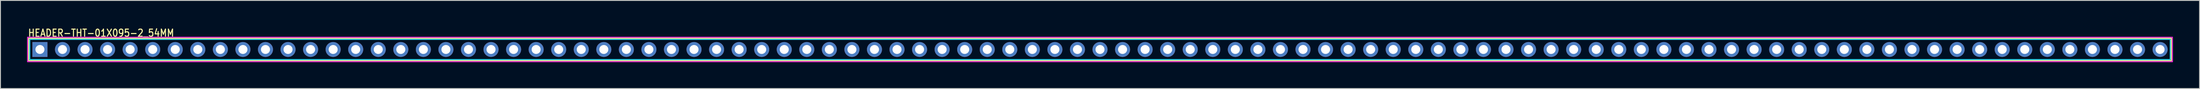
<source format=kicad_pcb>
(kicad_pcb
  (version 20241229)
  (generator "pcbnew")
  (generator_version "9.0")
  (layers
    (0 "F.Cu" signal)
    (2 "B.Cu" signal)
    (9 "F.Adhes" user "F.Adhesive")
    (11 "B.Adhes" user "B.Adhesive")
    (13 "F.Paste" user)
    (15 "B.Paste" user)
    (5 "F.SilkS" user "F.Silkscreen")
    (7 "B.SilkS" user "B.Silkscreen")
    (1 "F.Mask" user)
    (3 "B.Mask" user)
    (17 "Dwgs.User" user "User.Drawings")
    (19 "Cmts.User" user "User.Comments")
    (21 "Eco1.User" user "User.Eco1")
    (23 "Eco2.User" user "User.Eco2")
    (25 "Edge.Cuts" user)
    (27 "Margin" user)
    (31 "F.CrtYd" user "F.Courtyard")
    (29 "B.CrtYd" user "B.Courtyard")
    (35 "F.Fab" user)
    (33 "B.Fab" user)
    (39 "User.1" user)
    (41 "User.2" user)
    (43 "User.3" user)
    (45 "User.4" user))
  (footprint "HEADER-THT-01X095-2_54MM"
    (layer "F.Cu")
    (at 1.447 2.579)
    (property "Reference" "HEADER-THT-01X095-2_54MM" (at -1.4 -1.4 0) (unlocked yes) (layer "F.SilkS") (effects (font (size 0.813 0.695) (thickness 0.122)) (justify left bottom)))
    (fp_line (start -1.27 -1.27) (end -1.27 1.27) (stroke (width 0.127) (type solid)) (layer "F.SilkS"))
    (fp_line (start -1.27 1.27) (end 240.03 1.27) (stroke (width 0.127) (type solid)) (layer "F.SilkS"))
    (fp_line (start 240.03 -1.27) (end -1.27 -1.27) (stroke (width 0.127) (type solid)) (layer "F.SilkS"))
    (fp_line (start 240.03 1.27) (end 240.03 -1.27) (stroke (width 0.127) (type solid)) (layer "F.SilkS"))
    (fp_poly (pts (xy -1.143 -1.143) (xy 239.903 -1.143) (xy 239.903 1.143) (xy -1.143 1.143)) (stroke (width 0.1) (type solid)) (fill no) (layer "B.CrtYd"))
    (fp_poly (pts (xy -1.397 -1.397) (xy 240.157 -1.397) (xy 240.157 1.397) (xy -1.397 1.397)) (stroke (width 0.1) (type solid)) (fill no) (layer "F.CrtYd"))
    (pad "1" thru_hole rect (at 0 0) (size 1.693 1.693) (drill 1.016) (layers "*.Cu" "*.Mask"))
    (pad "2" thru_hole oval (at 2.54 0) (size 1.693 1.693) (drill 1.016) (layers "*.Cu" "*.Mask"))
    (pad "3" thru_hole oval (at 5.08 0) (size 1.693 1.693) (drill 1.016) (layers "*.Cu" "*.Mask"))
    (pad "4" thru_hole oval (at 7.62 0) (size 1.693 1.693) (drill 1.016) (layers "*.Cu" "*.Mask"))
    (pad "5" thru_hole oval (at 10.16 0) (size 1.693 1.693) (drill 1.016) (layers "*.Cu" "*.Mask"))
    (pad "6" thru_hole oval (at 12.7 0) (size 1.693 1.693) (drill 1.016) (layers "*.Cu" "*.Mask"))
    (pad "7" thru_hole oval (at 15.24 0) (size 1.693 1.693) (drill 1.016) (layers "*.Cu" "*.Mask"))
    (pad "8" thru_hole oval (at 17.78 0) (size 1.693 1.693) (drill 1.016) (layers "*.Cu" "*.Mask"))
    (pad "9" thru_hole oval (at 20.32 0) (size 1.693 1.693) (drill 1.016) (layers "*.Cu" "*.Mask"))
    (pad "10" thru_hole oval (at 22.86 0) (size 1.693 1.693) (drill 1.016) (layers "*.Cu" "*.Mask"))
    (pad "11" thru_hole oval (at 25.4 0) (size 1.693 1.693) (drill 1.016) (layers "*.Cu" "*.Mask"))
    (pad "12" thru_hole oval (at 27.94 0) (size 1.693 1.693) (drill 1.016) (layers "*.Cu" "*.Mask"))
    (pad "13" thru_hole oval (at 30.48 0) (size 1.693 1.693) (drill 1.016) (layers "*.Cu" "*.Mask"))
    (pad "14" thru_hole oval (at 33.02 0) (size 1.693 1.693) (drill 1.016) (layers "*.Cu" "*.Mask"))
    (pad "15" thru_hole oval (at 35.56 0) (size 1.693 1.693) (drill 1.016) (layers "*.Cu" "*.Mask"))
    (pad "16" thru_hole oval (at 38.1 0) (size 1.693 1.693) (drill 1.016) (layers "*.Cu" "*.Mask"))
    (pad "17" thru_hole oval (at 40.64 0) (size 1.693 1.693) (drill 1.016) (layers "*.Cu" "*.Mask"))
    (pad "18" thru_hole oval (at 43.18 0) (size 1.693 1.693) (drill 1.016) (layers "*.Cu" "*.Mask"))
    (pad "19" thru_hole oval (at 45.72 0) (size 1.693 1.693) (drill 1.016) (layers "*.Cu" "*.Mask"))
    (pad "20" thru_hole oval (at 48.26 0) (size 1.693 1.693) (drill 1.016) (layers "*.Cu" "*.Mask"))
    (pad "21" thru_hole oval (at 50.8 0) (size 1.693 1.693) (drill 1.016) (layers "*.Cu" "*.Mask"))
    (pad "22" thru_hole oval (at 53.34 0) (size 1.693 1.693) (drill 1.016) (layers "*.Cu" "*.Mask"))
    (pad "23" thru_hole oval (at 55.88 0) (size 1.693 1.693) (drill 1.016) (layers "*.Cu" "*.Mask"))
    (pad "24" thru_hole oval (at 58.42 0) (size 1.693 1.693) (drill 1.016) (layers "*.Cu" "*.Mask"))
    (pad "25" thru_hole oval (at 60.96 0) (size 1.693 1.693) (drill 1.016) (layers "*.Cu" "*.Mask"))
    (pad "26" thru_hole oval (at 63.5 0) (size 1.693 1.693) (drill 1.016) (layers "*.Cu" "*.Mask"))
    (pad "27" thru_hole oval (at 66.04 0) (size 1.693 1.693) (drill 1.016) (layers "*.Cu" "*.Mask"))
    (pad "28" thru_hole oval (at 68.58 0) (size 1.693 1.693) (drill 1.016) (layers "*.Cu" "*.Mask"))
    (pad "29" thru_hole oval (at 71.12 0) (size 1.693 1.693) (drill 1.016) (layers "*.Cu" "*.Mask"))
    (pad "30" thru_hole oval (at 73.66 0) (size 1.693 1.693) (drill 1.016) (layers "*.Cu" "*.Mask"))
    (pad "31" thru_hole oval (at 76.2 0) (size 1.693 1.693) (drill 1.016) (layers "*.Cu" "*.Mask"))
    (pad "32" thru_hole oval (at 78.74 0) (size 1.693 1.693) (drill 1.016) (layers "*.Cu" "*.Mask"))
    (pad "33" thru_hole oval (at 81.28 0) (size 1.693 1.693) (drill 1.016) (layers "*.Cu" "*.Mask"))
    (pad "34" thru_hole oval (at 83.82 0) (size 1.693 1.693) (drill 1.016) (layers "*.Cu" "*.Mask"))
    (pad "35" thru_hole oval (at 86.36 0) (size 1.693 1.693) (drill 1.016) (layers "*.Cu" "*.Mask"))
    (pad "36" thru_hole oval (at 88.9 0) (size 1.693 1.693) (drill 1.016) (layers "*.Cu" "*.Mask"))
    (pad "37" thru_hole oval (at 91.44 0) (size 1.693 1.693) (drill 1.016) (layers "*.Cu" "*.Mask"))
    (pad "38" thru_hole oval (at 93.98 0) (size 1.693 1.693) (drill 1.016) (layers "*.Cu" "*.Mask"))
    (pad "39" thru_hole oval (at 96.52 0) (size 1.693 1.693) (drill 1.016) (layers "*.Cu" "*.Mask"))
    (pad "40" thru_hole oval (at 99.06 0) (size 1.693 1.693) (drill 1.016) (layers "*.Cu" "*.Mask"))
    (pad "41" thru_hole oval (at 101.6 0) (size 1.693 1.693) (drill 1.016) (layers "*.Cu" "*.Mask"))
    (pad "42" thru_hole oval (at 104.14 0) (size 1.693 1.693) (drill 1.016) (layers "*.Cu" "*.Mask"))
    (pad "43" thru_hole oval (at 106.68 0) (size 1.693 1.693) (drill 1.016) (layers "*.Cu" "*.Mask"))
    (pad "44" thru_hole oval (at 109.22 0) (size 1.693 1.693) (drill 1.016) (layers "*.Cu" "*.Mask"))
    (pad "45" thru_hole oval (at 111.76 0) (size 1.693 1.693) (drill 1.016) (layers "*.Cu" "*.Mask"))
    (pad "46" thru_hole oval (at 114.3 0) (size 1.693 1.693) (drill 1.016) (layers "*.Cu" "*.Mask"))
    (pad "47" thru_hole oval (at 116.84 0) (size 1.693 1.693) (drill 1.016) (layers "*.Cu" "*.Mask"))
    (pad "48" thru_hole oval (at 119.38 0) (size 1.693 1.693) (drill 1.016) (layers "*.Cu" "*.Mask"))
    (pad "49" thru_hole oval (at 121.92 0) (size 1.693 1.693) (drill 1.016) (layers "*.Cu" "*.Mask"))
    (pad "50" thru_hole oval (at 124.46 0) (size 1.693 1.693) (drill 1.016) (layers "*.Cu" "*.Mask"))
    (pad "51" thru_hole oval (at 127 0) (size 1.693 1.693) (drill 1.016) (layers "*.Cu" "*.Mask"))
    (pad "52" thru_hole oval (at 129.54 0) (size 1.693 1.693) (drill 1.016) (layers "*.Cu" "*.Mask"))
    (pad "53" thru_hole oval (at 132.08 0) (size 1.693 1.693) (drill 1.016) (layers "*.Cu" "*.Mask"))
    (pad "54" thru_hole oval (at 134.62 0) (size 1.693 1.693) (drill 1.016) (layers "*.Cu" "*.Mask"))
    (pad "55" thru_hole oval (at 137.16 0) (size 1.693 1.693) (drill 1.016) (layers "*.Cu" "*.Mask"))
    (pad "56" thru_hole oval (at 139.7 0) (size 1.693 1.693) (drill 1.016) (layers "*.Cu" "*.Mask"))
    (pad "57" thru_hole oval (at 142.24 0) (size 1.693 1.693) (drill 1.016) (layers "*.Cu" "*.Mask"))
    (pad "58" thru_hole oval (at 144.78 0) (size 1.693 1.693) (drill 1.016) (layers "*.Cu" "*.Mask"))
    (pad "59" thru_hole oval (at 147.32 0) (size 1.693 1.693) (drill 1.016) (layers "*.Cu" "*.Mask"))
    (pad "60" thru_hole oval (at 149.86 0) (size 1.693 1.693) (drill 1.016) (layers "*.Cu" "*.Mask"))
    (pad "61" thru_hole oval (at 152.4 0) (size 1.693 1.693) (drill 1.016) (layers "*.Cu" "*.Mask"))
    (pad "62" thru_hole oval (at 154.94 0) (size 1.693 1.693) (drill 1.016) (layers "*.Cu" "*.Mask"))
    (pad "63" thru_hole oval (at 157.48 0) (size 1.693 1.693) (drill 1.016) (layers "*.Cu" "*.Mask"))
    (pad "64" thru_hole oval (at 160.02 0) (size 1.693 1.693) (drill 1.016) (layers "*.Cu" "*.Mask"))
    (pad "65" thru_hole oval (at 162.56 0) (size 1.693 1.693) (drill 1.016) (layers "*.Cu" "*.Mask"))
    (pad "66" thru_hole oval (at 165.1 0) (size 1.693 1.693) (drill 1.016) (layers "*.Cu" "*.Mask"))
    (pad "67" thru_hole oval (at 167.64 0) (size 1.693 1.693) (drill 1.016) (layers "*.Cu" "*.Mask"))
    (pad "68" thru_hole oval (at 170.18 0) (size 1.693 1.693) (drill 1.016) (layers "*.Cu" "*.Mask"))
    (pad "69" thru_hole oval (at 172.72 0) (size 1.693 1.693) (drill 1.016) (layers "*.Cu" "*.Mask"))
    (pad "70" thru_hole oval (at 175.26 0) (size 1.693 1.693) (drill 1.016) (layers "*.Cu" "*.Mask"))
    (pad "71" thru_hole oval (at 177.8 0) (size 1.693 1.693) (drill 1.016) (layers "*.Cu" "*.Mask"))
    (pad "72" thru_hole oval (at 180.34 0) (size 1.693 1.693) (drill 1.016) (layers "*.Cu" "*.Mask"))
    (pad "73" thru_hole oval (at 182.88 0) (size 1.693 1.693) (drill 1.016) (layers "*.Cu" "*.Mask"))
    (pad "74" thru_hole oval (at 185.42 0) (size 1.693 1.693) (drill 1.016) (layers "*.Cu" "*.Mask"))
    (pad "75" thru_hole oval (at 187.96 0) (size 1.693 1.693) (drill 1.016) (layers "*.Cu" "*.Mask"))
    (pad "76" thru_hole oval (at 190.5 0) (size 1.693 1.693) (drill 1.016) (layers "*.Cu" "*.Mask"))
    (pad "77" thru_hole oval (at 193.04 0) (size 1.693 1.693) (drill 1.016) (layers "*.Cu" "*.Mask"))
    (pad "78" thru_hole oval (at 195.58 0) (size 1.693 1.693) (drill 1.016) (layers "*.Cu" "*.Mask"))
    (pad "79" thru_hole oval (at 198.12 0) (size 1.693 1.693) (drill 1.016) (layers "*.Cu" "*.Mask"))
    (pad "80" thru_hole oval (at 200.66 0) (size 1.693 1.693) (drill 1.016) (layers "*.Cu" "*.Mask"))
    (pad "81" thru_hole oval (at 203.2 0) (size 1.693 1.693) (drill 1.016) (layers "*.Cu" "*.Mask"))
    (pad "82" thru_hole oval (at 205.74 0) (size 1.693 1.693) (drill 1.016) (layers "*.Cu" "*.Mask"))
    (pad "83" thru_hole oval (at 208.28 0) (size 1.693 1.693) (drill 1.016) (layers "*.Cu" "*.Mask"))
    (pad "84" thru_hole oval (at 210.82 0) (size 1.693 1.693) (drill 1.016) (layers "*.Cu" "*.Mask"))
    (pad "85" thru_hole oval (at 213.36 0) (size 1.693 1.693) (drill 1.016) (layers "*.Cu" "*.Mask"))
    (pad "86" thru_hole oval (at 215.9 0) (size 1.693 1.693) (drill 1.016) (layers "*.Cu" "*.Mask"))
    (pad "87" thru_hole oval (at 218.44 0) (size 1.693 1.693) (drill 1.016) (layers "*.Cu" "*.Mask"))
    (pad "88" thru_hole oval (at 220.98 0) (size 1.693 1.693) (drill 1.016) (layers "*.Cu" "*.Mask"))
    (pad "89" thru_hole oval (at 223.52 0) (size 1.693 1.693) (drill 1.016) (layers "*.Cu" "*.Mask"))
    (pad "90" thru_hole oval (at 226.06 0) (size 1.693 1.693) (drill 1.016) (layers "*.Cu" "*.Mask"))
    (pad "91" thru_hole oval (at 228.6 0) (size 1.693 1.693) (drill 1.016) (layers "*.Cu" "*.Mask"))
    (pad "92" thru_hole oval (at 231.14 0) (size 1.693 1.693) (drill 1.016) (layers "*.Cu" "*.Mask"))
    (pad "93" thru_hole oval (at 233.68 0) (size 1.693 1.693) (drill 1.016) (layers "*.Cu" "*.Mask"))
    (pad "94" thru_hole oval (at 236.22 0) (size 1.693 1.693) (drill 1.016) (layers "*.Cu" "*.Mask"))
    (pad "95" thru_hole oval (at 238.76 0) (size 1.693 1.693) (drill 1.016) (layers "*.Cu" "*.Mask")))
  (gr_rect
    (start -3 -3)
    (end 244.654 7.026)
    (stroke (width 0.1) (type default))
    (fill no)
    (layer "Edge.Cuts")))
</source>
